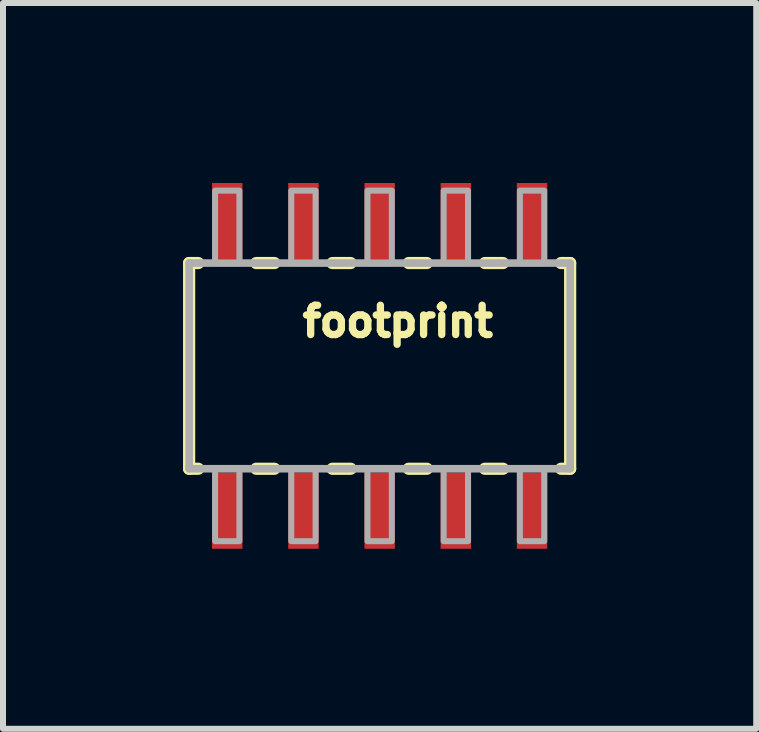
<source format=kicad_pcb>
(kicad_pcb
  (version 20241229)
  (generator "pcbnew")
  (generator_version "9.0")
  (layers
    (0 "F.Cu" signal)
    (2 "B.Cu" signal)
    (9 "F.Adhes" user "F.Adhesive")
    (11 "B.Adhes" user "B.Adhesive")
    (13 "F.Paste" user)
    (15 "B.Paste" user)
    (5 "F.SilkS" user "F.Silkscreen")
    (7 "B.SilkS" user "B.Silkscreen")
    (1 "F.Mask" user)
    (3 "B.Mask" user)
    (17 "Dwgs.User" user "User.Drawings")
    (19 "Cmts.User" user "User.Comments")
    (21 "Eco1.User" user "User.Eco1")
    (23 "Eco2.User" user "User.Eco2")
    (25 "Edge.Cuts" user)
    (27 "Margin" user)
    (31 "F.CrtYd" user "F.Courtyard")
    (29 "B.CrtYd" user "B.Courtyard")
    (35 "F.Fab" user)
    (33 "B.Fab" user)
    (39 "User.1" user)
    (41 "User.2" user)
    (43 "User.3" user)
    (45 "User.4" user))
  (footprint "footprint"
    (layer "F.Cu")
    (at 3.277 3.048)
    (property "Reference" "footprint" (at -1.346 -0.457 0) (layer "F.SilkS") (effects (font (size 0.488 0.488) (thickness 0.122)) (justify left bottom)))
    (fp_line (start -3.175 -1.714) (end -3.023 -1.714) (stroke (width 0.203) (type solid)) (layer "F.SilkS"))
    (fp_line (start -3.175 1.714) (end -3.175 -1.714) (stroke (width 0.203) (type solid)) (layer "F.SilkS"))
    (fp_line (start -3.023 1.714) (end -3.175 1.714) (stroke (width 0.203) (type solid)) (layer "F.SilkS"))
    (fp_line (start -2.057 -1.714) (end -1.753 -1.714) (stroke (width 0.203) (type solid)) (layer "F.SilkS"))
    (fp_line (start -1.753 1.714) (end -2.057 1.714) (stroke (width 0.203) (type solid)) (layer "F.SilkS"))
    (fp_line (start -0.787 -1.714) (end -0.483 -1.714) (stroke (width 0.203) (type solid)) (layer "F.SilkS"))
    (fp_line (start -0.483 1.714) (end -0.787 1.714) (stroke (width 0.203) (type solid)) (layer "F.SilkS"))
    (fp_line (start 0.483 -1.714) (end 0.787 -1.714) (stroke (width 0.203) (type solid)) (layer "F.SilkS"))
    (fp_line (start 0.787 1.714) (end 0.483 1.714) (stroke (width 0.203) (type solid)) (layer "F.SilkS"))
    (fp_line (start 1.753 -1.714) (end 2.057 -1.714) (stroke (width 0.203) (type solid)) (layer "F.SilkS"))
    (fp_line (start 2.057 1.714) (end 1.753 1.714) (stroke (width 0.203) (type solid)) (layer "F.SilkS"))
    (fp_line (start 3.023 -1.714) (end 3.175 -1.714) (stroke (width 0.203) (type solid)) (layer "F.SilkS"))
    (fp_line (start 3.175 -1.714) (end 3.175 1.714) (stroke (width 0.203) (type solid)) (layer "F.SilkS"))
    (fp_line (start 3.175 1.714) (end 3.023 1.714) (stroke (width 0.203) (type solid)) (layer "F.SilkS"))
    (fp_line (start -3.175 -1.714) (end 3.175 -1.714) (stroke (width 0.127) (type solid)) (layer "F.Fab"))
    (fp_line (start -3.175 1.714) (end -3.175 -1.714) (stroke (width 0.127) (type solid)) (layer "F.Fab"))
    (fp_line (start 3.175 -1.714) (end 3.175 1.714) (stroke (width 0.127) (type solid)) (layer "F.Fab"))
    (fp_line (start 3.175 1.714) (end -3.175 1.714) (stroke (width 0.127) (type solid)) (layer "F.Fab"))
    (fp_poly (pts (xy -2.743 -1.714) (xy -2.337 -1.714) (xy -2.337 -2.921) (xy -2.743 -2.921)) (stroke (width 0.1) (type solid)) (fill no) (layer "F.Fab"))
    (fp_poly (pts (xy -2.337 1.714) (xy -2.743 1.714) (xy -2.743 2.921) (xy -2.337 2.921)) (stroke (width 0.1) (type solid)) (fill no) (layer "F.Fab"))
    (fp_poly (pts (xy -1.473 -1.714) (xy -1.067 -1.714) (xy -1.067 -2.921) (xy -1.473 -2.921)) (stroke (width 0.1) (type solid)) (fill no) (layer "F.Fab"))
    (fp_poly (pts (xy -1.067 1.714) (xy -1.473 1.714) (xy -1.473 2.921) (xy -1.067 2.921)) (stroke (width 0.1) (type solid)) (fill no) (layer "F.Fab"))
    (fp_poly (pts (xy -0.203 -1.714) (xy 0.203 -1.714) (xy 0.203 -2.921) (xy -0.203 -2.921)) (stroke (width 0.1) (type solid)) (fill no) (layer "F.Fab"))
    (fp_poly (pts (xy 0.203 1.714) (xy -0.203 1.714) (xy -0.203 2.921) (xy 0.203 2.921)) (stroke (width 0.1) (type solid)) (fill no) (layer "F.Fab"))
    (fp_poly (pts (xy 1.067 -1.714) (xy 1.473 -1.714) (xy 1.473 -2.921) (xy 1.067 -2.921)) (stroke (width 0.1) (type solid)) (fill no) (layer "F.Fab"))
    (fp_poly (pts (xy 1.473 1.714) (xy 1.067 1.714) (xy 1.067 2.921) (xy 1.473 2.921)) (stroke (width 0.1) (type solid)) (fill no) (layer "F.Fab"))
    (fp_poly (pts (xy 2.337 -1.714) (xy 2.743 -1.714) (xy 2.743 -2.921) (xy 2.337 -2.921)) (stroke (width 0.1) (type solid)) (fill no) (layer "F.Fab"))
    (fp_poly (pts (xy 2.743 1.714) (xy 2.337 1.714) (xy 2.337 2.921) (xy 2.743 2.921)) (stroke (width 0.1) (type solid)) (fill no) (layer "F.Fab"))
    (pad "1" smd rect (at -2.54 2.413) (size 0.508 1.27) (layers "F.Cu" "F.Mask" "F.Paste"))
    (pad "2" smd rect (at -2.54 -2.413) (size 0.508 1.27) (layers "F.Cu" "F.Mask" "F.Paste"))
    (pad "3" smd rect (at -1.27 2.413) (size 0.508 1.27) (layers "F.Cu" "F.Mask" "F.Paste"))
    (pad "4" smd rect (at -1.27 -2.413) (size 0.508 1.27) (layers "F.Cu" "F.Mask" "F.Paste"))
    (pad "5" smd rect (at 0 2.413) (size 0.508 1.27) (layers "F.Cu" "F.Mask" "F.Paste"))
    (pad "6" smd rect (at 0 -2.413) (size 0.508 1.27) (layers "F.Cu" "F.Mask" "F.Paste"))
    (pad "7" smd rect (at 1.27 2.413) (size 0.508 1.27) (layers "F.Cu" "F.Mask" "F.Paste"))
    (pad "8" smd rect (at 1.27 -2.413) (size 0.508 1.27) (layers "F.Cu" "F.Mask" "F.Paste"))
    (pad "9" smd rect (at 2.54 2.413) (size 0.508 1.27) (layers "F.Cu" "F.Mask" "F.Paste"))
    (pad "10" smd rect (at 2.54 -2.413) (size 0.508 1.27) (layers "F.Cu" "F.Mask" "F.Paste")))
  (gr_rect
    (start -3 -3)
    (end 9.553 9.096)
    (stroke (width 0.1) (type default))
    (fill no)
    (layer "Edge.Cuts")))
</source>
